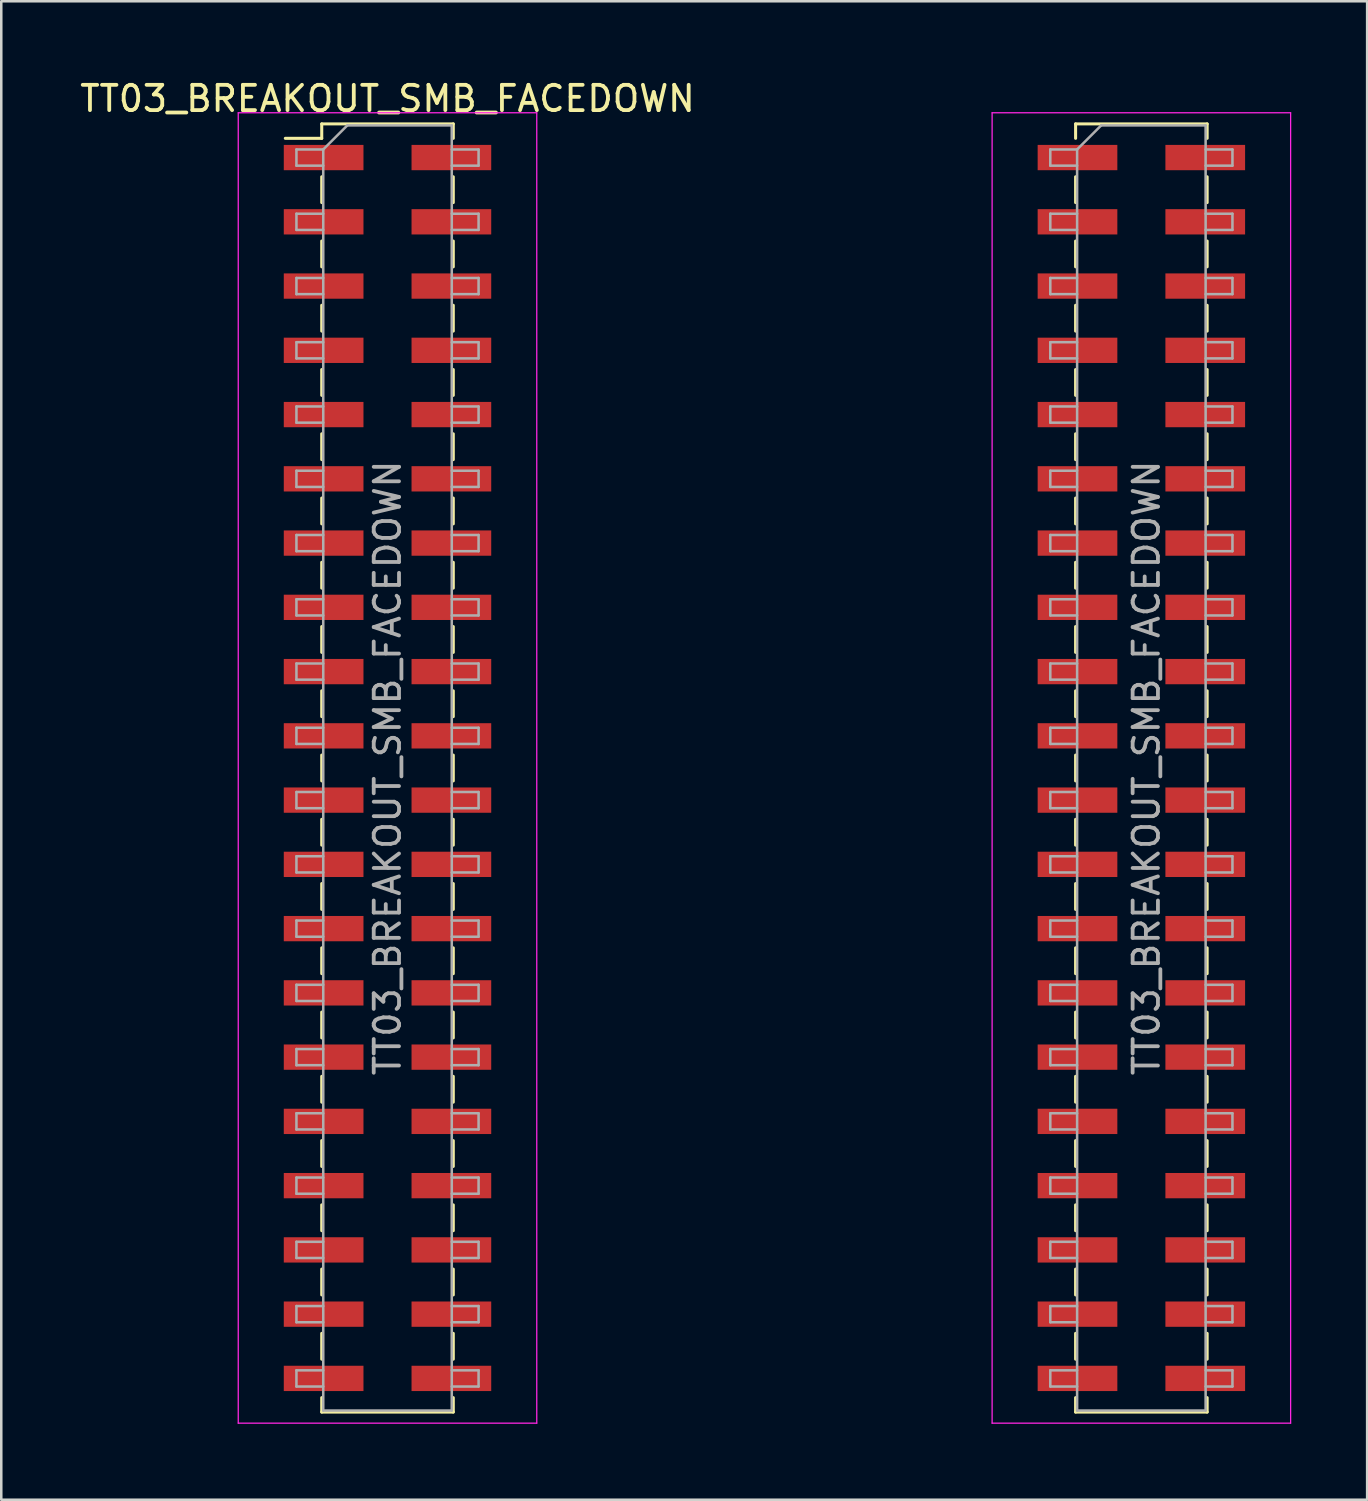
<source format=kicad_pcb>
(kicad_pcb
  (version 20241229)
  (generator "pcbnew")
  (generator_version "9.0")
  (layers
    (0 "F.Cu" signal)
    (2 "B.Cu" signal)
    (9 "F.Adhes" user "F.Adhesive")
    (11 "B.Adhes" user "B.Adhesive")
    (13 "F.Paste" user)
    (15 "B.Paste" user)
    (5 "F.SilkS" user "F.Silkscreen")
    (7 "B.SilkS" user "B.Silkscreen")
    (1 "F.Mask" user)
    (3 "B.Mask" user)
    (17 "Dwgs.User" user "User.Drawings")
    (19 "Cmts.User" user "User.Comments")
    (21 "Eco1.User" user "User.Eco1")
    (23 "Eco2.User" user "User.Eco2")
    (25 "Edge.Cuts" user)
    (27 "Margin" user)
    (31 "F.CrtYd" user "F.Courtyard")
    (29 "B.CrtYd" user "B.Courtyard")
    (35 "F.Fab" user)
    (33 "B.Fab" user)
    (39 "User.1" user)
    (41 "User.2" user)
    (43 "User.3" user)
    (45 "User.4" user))
  (footprint "TT03_BREAKOUT_SMB_FACEDOWN"
    (layer "F.Cu")
    (at 27.168 27.308)
    (property "Reference" "TT03_BREAKOUT_SMB_FACEDOWN" (at -14.9 -26.46 0) (layer "F.SilkS") (effects (font (size 1 1) (thickness 0.15))))
    (attr smd)
    (fp_line (start -18.94 -24.89) (end -17.5 -24.89) (stroke (width 0.12) (type solid)) (layer "F.SilkS"))
    (fp_line (start -17.5 -25.46) (end -17.5 -24.89) (stroke (width 0.12) (type solid)) (layer "F.SilkS"))
    (fp_line (start -17.5 -25.46) (end -12.3 -25.46) (stroke (width 0.12) (type solid)) (layer "F.SilkS"))
    (fp_line (start -17.5 -23.37) (end -17.5 -22.35) (stroke (width 0.12) (type solid)) (layer "F.SilkS"))
    (fp_line (start -17.5 -20.83) (end -17.5 -19.81) (stroke (width 0.12) (type solid)) (layer "F.SilkS"))
    (fp_line (start -17.5 -18.29) (end -17.5 -17.27) (stroke (width 0.12) (type solid)) (layer "F.SilkS"))
    (fp_line (start -17.5 -15.75) (end -17.5 -14.73) (stroke (width 0.12) (type solid)) (layer "F.SilkS"))
    (fp_line (start -17.5 -13.21) (end -17.5 -12.19) (stroke (width 0.12) (type solid)) (layer "F.SilkS"))
    (fp_line (start -17.5 -10.67) (end -17.5 -9.65) (stroke (width 0.12) (type solid)) (layer "F.SilkS"))
    (fp_line (start -17.5 -8.13) (end -17.5 -7.11) (stroke (width 0.12) (type solid)) (layer "F.SilkS"))
    (fp_line (start -17.5 -5.59) (end -17.5 -4.57) (stroke (width 0.12) (type solid)) (layer "F.SilkS"))
    (fp_line (start -17.5 -3.05) (end -17.5 -2.03) (stroke (width 0.12) (type solid)) (layer "F.SilkS"))
    (fp_line (start -17.5 -0.51) (end -17.5 0.51) (stroke (width 0.12) (type solid)) (layer "F.SilkS"))
    (fp_line (start -17.5 2.03) (end -17.5 3.05) (stroke (width 0.12) (type solid)) (layer "F.SilkS"))
    (fp_line (start -17.5 4.57) (end -17.5 5.59) (stroke (width 0.12) (type solid)) (layer "F.SilkS"))
    (fp_line (start -17.5 7.11) (end -17.5 8.13) (stroke (width 0.12) (type solid)) (layer "F.SilkS"))
    (fp_line (start -17.5 9.65) (end -17.5 10.67) (stroke (width 0.12) (type solid)) (layer "F.SilkS"))
    (fp_line (start -17.5 12.19) (end -17.5 13.21) (stroke (width 0.12) (type solid)) (layer "F.SilkS"))
    (fp_line (start -17.5 14.73) (end -17.5 15.75) (stroke (width 0.12) (type solid)) (layer "F.SilkS"))
    (fp_line (start -17.5 17.27) (end -17.5 18.29) (stroke (width 0.12) (type solid)) (layer "F.SilkS"))
    (fp_line (start -17.5 19.81) (end -17.5 20.83) (stroke (width 0.12) (type solid)) (layer "F.SilkS"))
    (fp_line (start -17.5 22.35) (end -17.5 23.37) (stroke (width 0.12) (type solid)) (layer "F.SilkS"))
    (fp_line (start -17.5 24.89) (end -17.5 25.46) (stroke (width 0.12) (type solid)) (layer "F.SilkS"))
    (fp_line (start -17.5 25.46) (end -12.3 25.46) (stroke (width 0.12) (type solid)) (layer "F.SilkS"))
    (fp_line (start -12.3 -25.46) (end -12.3 -24.89) (stroke (width 0.12) (type solid)) (layer "F.SilkS"))
    (fp_line (start -12.3 -23.37) (end -12.3 -22.35) (stroke (width 0.12) (type solid)) (layer "F.SilkS"))
    (fp_line (start -12.3 -20.83) (end -12.3 -19.81) (stroke (width 0.12) (type solid)) (layer "F.SilkS"))
    (fp_line (start -12.3 -18.29) (end -12.3 -17.27) (stroke (width 0.12) (type solid)) (layer "F.SilkS"))
    (fp_line (start -12.3 -15.75) (end -12.3 -14.73) (stroke (width 0.12) (type solid)) (layer "F.SilkS"))
    (fp_line (start -12.3 -13.21) (end -12.3 -12.19) (stroke (width 0.12) (type solid)) (layer "F.SilkS"))
    (fp_line (start -12.3 -10.67) (end -12.3 -9.65) (stroke (width 0.12) (type solid)) (layer "F.SilkS"))
    (fp_line (start -12.3 -8.13) (end -12.3 -7.11) (stroke (width 0.12) (type solid)) (layer "F.SilkS"))
    (fp_line (start -12.3 -5.59) (end -12.3 -4.57) (stroke (width 0.12) (type solid)) (layer "F.SilkS"))
    (fp_line (start -12.3 -3.05) (end -12.3 -2.03) (stroke (width 0.12) (type solid)) (layer "F.SilkS"))
    (fp_line (start -12.3 -0.51) (end -12.3 0.51) (stroke (width 0.12) (type solid)) (layer "F.SilkS"))
    (fp_line (start -12.3 2.03) (end -12.3 3.05) (stroke (width 0.12) (type solid)) (layer "F.SilkS"))
    (fp_line (start -12.3 4.57) (end -12.3 5.59) (stroke (width 0.12) (type solid)) (layer "F.SilkS"))
    (fp_line (start -12.3 7.11) (end -12.3 8.13) (stroke (width 0.12) (type solid)) (layer "F.SilkS"))
    (fp_line (start -12.3 9.65) (end -12.3 10.67) (stroke (width 0.12) (type solid)) (layer "F.SilkS"))
    (fp_line (start -12.3 12.19) (end -12.3 13.21) (stroke (width 0.12) (type solid)) (layer "F.SilkS"))
    (fp_line (start -12.3 14.73) (end -12.3 15.75) (stroke (width 0.12) (type solid)) (layer "F.SilkS"))
    (fp_line (start -12.3 17.27) (end -12.3 18.29) (stroke (width 0.12) (type solid)) (layer "F.SilkS"))
    (fp_line (start -12.3 19.81) (end -12.3 20.83) (stroke (width 0.12) (type solid)) (layer "F.SilkS"))
    (fp_line (start -12.3 22.35) (end -12.3 23.37) (stroke (width 0.12) (type solid)) (layer "F.SilkS"))
    (fp_line (start -12.3 24.89) (end -12.3 25.46) (stroke (width 0.12) (type solid)) (layer "F.SilkS"))
    (fp_line (start 12.3 -25.46) (end 12.3 -24.89) (stroke (width 0.12) (type solid)) (layer "F.SilkS"))
    (fp_line (start 12.3 -25.46) (end 17.5 -25.46) (stroke (width 0.12) (type solid)) (layer "F.SilkS"))
    (fp_line (start 12.3 -23.37) (end 12.3 -22.35) (stroke (width 0.12) (type solid)) (layer "F.SilkS"))
    (fp_line (start 12.3 -20.83) (end 12.3 -19.81) (stroke (width 0.12) (type solid)) (layer "F.SilkS"))
    (fp_line (start 12.3 -18.29) (end 12.3 -17.27) (stroke (width 0.12) (type solid)) (layer "F.SilkS"))
    (fp_line (start 12.3 -15.75) (end 12.3 -14.73) (stroke (width 0.12) (type solid)) (layer "F.SilkS"))
    (fp_line (start 12.3 -13.21) (end 12.3 -12.19) (stroke (width 0.12) (type solid)) (layer "F.SilkS"))
    (fp_line (start 12.3 -10.67) (end 12.3 -9.65) (stroke (width 0.12) (type solid)) (layer "F.SilkS"))
    (fp_line (start 12.3 -8.13) (end 12.3 -7.11) (stroke (width 0.12) (type solid)) (layer "F.SilkS"))
    (fp_line (start 12.3 -5.59) (end 12.3 -4.57) (stroke (width 0.12) (type solid)) (layer "F.SilkS"))
    (fp_line (start 12.3 -3.05) (end 12.3 -2.03) (stroke (width 0.12) (type solid)) (layer "F.SilkS"))
    (fp_line (start 12.3 -0.51) (end 12.3 0.51) (stroke (width 0.12) (type solid)) (layer "F.SilkS"))
    (fp_line (start 12.3 2.03) (end 12.3 3.05) (stroke (width 0.12) (type solid)) (layer "F.SilkS"))
    (fp_line (start 12.3 4.57) (end 12.3 5.59) (stroke (width 0.12) (type solid)) (layer "F.SilkS"))
    (fp_line (start 12.3 7.11) (end 12.3 8.13) (stroke (width 0.12) (type solid)) (layer "F.SilkS"))
    (fp_line (start 12.3 9.65) (end 12.3 10.67) (stroke (width 0.12) (type solid)) (layer "F.SilkS"))
    (fp_line (start 12.3 12.19) (end 12.3 13.21) (stroke (width 0.12) (type solid)) (layer "F.SilkS"))
    (fp_line (start 12.3 14.73) (end 12.3 15.75) (stroke (width 0.12) (type solid)) (layer "F.SilkS"))
    (fp_line (start 12.3 17.27) (end 12.3 18.29) (stroke (width 0.12) (type solid)) (layer "F.SilkS"))
    (fp_line (start 12.3 19.81) (end 12.3 20.83) (stroke (width 0.12) (type solid)) (layer "F.SilkS"))
    (fp_line (start 12.3 22.35) (end 12.3 23.37) (stroke (width 0.12) (type solid)) (layer "F.SilkS"))
    (fp_line (start 12.3 24.89) (end 12.3 25.46) (stroke (width 0.12) (type solid)) (layer "F.SilkS"))
    (fp_line (start 12.3 25.46) (end 17.5 25.46) (stroke (width 0.12) (type solid)) (layer "F.SilkS"))
    (fp_line (start 17.5 -25.46) (end 17.5 -24.89) (stroke (width 0.12) (type solid)) (layer "F.SilkS"))
    (fp_line (start 17.5 -23.37) (end 17.5 -22.35) (stroke (width 0.12) (type solid)) (layer "F.SilkS"))
    (fp_line (start 17.5 -20.83) (end 17.5 -19.81) (stroke (width 0.12) (type solid)) (layer "F.SilkS"))
    (fp_line (start 17.5 -18.29) (end 17.5 -17.27) (stroke (width 0.12) (type solid)) (layer "F.SilkS"))
    (fp_line (start 17.5 -15.75) (end 17.5 -14.73) (stroke (width 0.12) (type solid)) (layer "F.SilkS"))
    (fp_line (start 17.5 -13.21) (end 17.5 -12.19) (stroke (width 0.12) (type solid)) (layer "F.SilkS"))
    (fp_line (start 17.5 -10.67) (end 17.5 -9.65) (stroke (width 0.12) (type solid)) (layer "F.SilkS"))
    (fp_line (start 17.5 -8.13) (end 17.5 -7.11) (stroke (width 0.12) (type solid)) (layer "F.SilkS"))
    (fp_line (start 17.5 -5.59) (end 17.5 -4.57) (stroke (width 0.12) (type solid)) (layer "F.SilkS"))
    (fp_line (start 17.5 -3.05) (end 17.5 -2.03) (stroke (width 0.12) (type solid)) (layer "F.SilkS"))
    (fp_line (start 17.5 -0.51) (end 17.5 0.51) (stroke (width 0.12) (type solid)) (layer "F.SilkS"))
    (fp_line (start 17.5 2.03) (end 17.5 3.05) (stroke (width 0.12) (type solid)) (layer "F.SilkS"))
    (fp_line (start 17.5 4.57) (end 17.5 5.59) (stroke (width 0.12) (type solid)) (layer "F.SilkS"))
    (fp_line (start 17.5 7.11) (end 17.5 8.13) (stroke (width 0.12) (type solid)) (layer "F.SilkS"))
    (fp_line (start 17.5 9.65) (end 17.5 10.67) (stroke (width 0.12) (type solid)) (layer "F.SilkS"))
    (fp_line (start 17.5 12.19) (end 17.5 13.21) (stroke (width 0.12) (type solid)) (layer "F.SilkS"))
    (fp_line (start 17.5 14.73) (end 17.5 15.75) (stroke (width 0.12) (type solid)) (layer "F.SilkS"))
    (fp_line (start 17.5 17.27) (end 17.5 18.29) (stroke (width 0.12) (type solid)) (layer "F.SilkS"))
    (fp_line (start 17.5 19.81) (end 17.5 20.83) (stroke (width 0.12) (type solid)) (layer "F.SilkS"))
    (fp_line (start 17.5 22.35) (end 17.5 23.37) (stroke (width 0.12) (type solid)) (layer "F.SilkS"))
    (fp_line (start 17.5 24.89) (end 17.5 25.46) (stroke (width 0.12) (type solid)) (layer "F.SilkS"))
    (fp_line (start -20.8 -25.9) (end -20.8 25.9) (stroke (width 0.05) (type solid)) (layer "F.CrtYd"))
    (fp_line (start -20.8 25.9) (end -9 25.9) (stroke (width 0.05) (type solid)) (layer "F.CrtYd"))
    (fp_line (start -9 -25.9) (end -20.8 -25.9) (stroke (width 0.05) (type solid)) (layer "F.CrtYd"))
    (fp_line (start -9 25.9) (end -9 -25.9) (stroke (width 0.05) (type solid)) (layer "F.CrtYd"))
    (fp_line (start 9 -25.9) (end 9 25.9) (stroke (width 0.05) (type solid)) (layer "F.CrtYd"))
    (fp_line (start 9 25.9) (end 20.8 25.9) (stroke (width 0.05) (type solid)) (layer "F.CrtYd"))
    (fp_line (start 20.8 -25.9) (end 9 -25.9) (stroke (width 0.05) (type solid)) (layer "F.CrtYd"))
    (fp_line (start 20.8 25.9) (end 20.8 -25.9) (stroke (width 0.05) (type solid)) (layer "F.CrtYd"))
    (fp_line (start -18.5 -24.45) (end -18.5 -23.81) (stroke (width 0.1) (type solid)) (layer "F.Fab"))
    (fp_line (start -18.5 -23.81) (end -17.44 -23.81) (stroke (width 0.1) (type solid)) (layer "F.Fab"))
    (fp_line (start -18.5 -21.91) (end -18.5 -21.27) (stroke (width 0.1) (type solid)) (layer "F.Fab"))
    (fp_line (start -18.5 -21.27) (end -17.44 -21.27) (stroke (width 0.1) (type solid)) (layer "F.Fab"))
    (fp_line (start -18.5 -19.37) (end -18.5 -18.73) (stroke (width 0.1) (type solid)) (layer "F.Fab"))
    (fp_line (start -18.5 -18.73) (end -17.44 -18.73) (stroke (width 0.1) (type solid)) (layer "F.Fab"))
    (fp_line (start -18.5 -16.83) (end -18.5 -16.19) (stroke (width 0.1) (type solid)) (layer "F.Fab"))
    (fp_line (start -18.5 -16.19) (end -17.44 -16.19) (stroke (width 0.1) (type solid)) (layer "F.Fab"))
    (fp_line (start -18.5 -14.29) (end -18.5 -13.65) (stroke (width 0.1) (type solid)) (layer "F.Fab"))
    (fp_line (start -18.5 -13.65) (end -17.44 -13.65) (stroke (width 0.1) (type solid)) (layer "F.Fab"))
    (fp_line (start -18.5 -11.75) (end -18.5 -11.11) (stroke (width 0.1) (type solid)) (layer "F.Fab"))
    (fp_line (start -18.5 -11.11) (end -17.44 -11.11) (stroke (width 0.1) (type solid)) (layer "F.Fab"))
    (fp_line (start -18.5 -9.21) (end -18.5 -8.57) (stroke (width 0.1) (type solid)) (layer "F.Fab"))
    (fp_line (start -18.5 -8.57) (end -17.44 -8.57) (stroke (width 0.1) (type solid)) (layer "F.Fab"))
    (fp_line (start -18.5 -6.67) (end -18.5 -6.03) (stroke (width 0.1) (type solid)) (layer "F.Fab"))
    (fp_line (start -18.5 -6.03) (end -17.44 -6.03) (stroke (width 0.1) (type solid)) (layer "F.Fab"))
    (fp_line (start -18.5 -4.13) (end -18.5 -3.49) (stroke (width 0.1) (type solid)) (layer "F.Fab"))
    (fp_line (start -18.5 -3.49) (end -17.44 -3.49) (stroke (width 0.1) (type solid)) (layer "F.Fab"))
    (fp_line (start -18.5 -1.59) (end -18.5 -0.95) (stroke (width 0.1) (type solid)) (layer "F.Fab"))
    (fp_line (start -18.5 -0.95) (end -17.44 -0.95) (stroke (width 0.1) (type solid)) (layer "F.Fab"))
    (fp_line (start -18.5 0.95) (end -18.5 1.59) (stroke (width 0.1) (type solid)) (layer "F.Fab"))
    (fp_line (start -18.5 1.59) (end -17.44 1.59) (stroke (width 0.1) (type solid)) (layer "F.Fab"))
    (fp_line (start -18.5 3.49) (end -18.5 4.13) (stroke (width 0.1) (type solid)) (layer "F.Fab"))
    (fp_line (start -18.5 4.13) (end -17.44 4.13) (stroke (width 0.1) (type solid)) (layer "F.Fab"))
    (fp_line (start -18.5 6.03) (end -18.5 6.67) (stroke (width 0.1) (type solid)) (layer "F.Fab"))
    (fp_line (start -18.5 6.67) (end -17.44 6.67) (stroke (width 0.1) (type solid)) (layer "F.Fab"))
    (fp_line (start -18.5 8.57) (end -18.5 9.21) (stroke (width 0.1) (type solid)) (layer "F.Fab"))
    (fp_line (start -18.5 9.21) (end -17.44 9.21) (stroke (width 0.1) (type solid)) (layer "F.Fab"))
    (fp_line (start -18.5 11.11) (end -18.5 11.75) (stroke (width 0.1) (type solid)) (layer "F.Fab"))
    (fp_line (start -18.5 11.75) (end -17.44 11.75) (stroke (width 0.1) (type solid)) (layer "F.Fab"))
    (fp_line (start -18.5 13.65) (end -18.5 14.29) (stroke (width 0.1) (type solid)) (layer "F.Fab"))
    (fp_line (start -18.5 14.29) (end -17.44 14.29) (stroke (width 0.1) (type solid)) (layer "F.Fab"))
    (fp_line (start -18.5 16.19) (end -18.5 16.83) (stroke (width 0.1) (type solid)) (layer "F.Fab"))
    (fp_line (start -18.5 16.83) (end -17.44 16.83) (stroke (width 0.1) (type solid)) (layer "F.Fab"))
    (fp_line (start -18.5 18.73) (end -18.5 19.37) (stroke (width 0.1) (type solid)) (layer "F.Fab"))
    (fp_line (start -18.5 19.37) (end -17.44 19.37) (stroke (width 0.1) (type solid)) (layer "F.Fab"))
    (fp_line (start -18.5 21.27) (end -18.5 21.91) (stroke (width 0.1) (type solid)) (layer "F.Fab"))
    (fp_line (start -18.5 21.91) (end -17.44 21.91) (stroke (width 0.1) (type solid)) (layer "F.Fab"))
    (fp_line (start -18.5 23.81) (end -18.5 24.45) (stroke (width 0.1) (type solid)) (layer "F.Fab"))
    (fp_line (start -18.5 24.45) (end -17.44 24.45) (stroke (width 0.1) (type solid)) (layer "F.Fab"))
    (fp_line (start -17.44 -24.45) (end -18.5 -24.45) (stroke (width 0.1) (type solid)) (layer "F.Fab"))
    (fp_line (start -17.44 -24.45) (end -16.49 -25.4) (stroke (width 0.1) (type solid)) (layer "F.Fab"))
    (fp_line (start -17.44 -21.91) (end -18.5 -21.91) (stroke (width 0.1) (type solid)) (layer "F.Fab"))
    (fp_line (start -17.44 -19.37) (end -18.5 -19.37) (stroke (width 0.1) (type solid)) (layer "F.Fab"))
    (fp_line (start -17.44 -16.83) (end -18.5 -16.83) (stroke (width 0.1) (type solid)) (layer "F.Fab"))
    (fp_line (start -17.44 -14.29) (end -18.5 -14.29) (stroke (width 0.1) (type solid)) (layer "F.Fab"))
    (fp_line (start -17.44 -11.75) (end -18.5 -11.75) (stroke (width 0.1) (type solid)) (layer "F.Fab"))
    (fp_line (start -17.44 -9.21) (end -18.5 -9.21) (stroke (width 0.1) (type solid)) (layer "F.Fab"))
    (fp_line (start -17.44 -6.67) (end -18.5 -6.67) (stroke (width 0.1) (type solid)) (layer "F.Fab"))
    (fp_line (start -17.44 -4.13) (end -18.5 -4.13) (stroke (width 0.1) (type solid)) (layer "F.Fab"))
    (fp_line (start -17.44 -1.59) (end -18.5 -1.59) (stroke (width 0.1) (type solid)) (layer "F.Fab"))
    (fp_line (start -17.44 0.95) (end -18.5 0.95) (stroke (width 0.1) (type solid)) (layer "F.Fab"))
    (fp_line (start -17.44 3.49) (end -18.5 3.49) (stroke (width 0.1) (type solid)) (layer "F.Fab"))
    (fp_line (start -17.44 6.03) (end -18.5 6.03) (stroke (width 0.1) (type solid)) (layer "F.Fab"))
    (fp_line (start -17.44 8.57) (end -18.5 8.57) (stroke (width 0.1) (type solid)) (layer "F.Fab"))
    (fp_line (start -17.44 11.11) (end -18.5 11.11) (stroke (width 0.1) (type solid)) (layer "F.Fab"))
    (fp_line (start -17.44 13.65) (end -18.5 13.65) (stroke (width 0.1) (type solid)) (layer "F.Fab"))
    (fp_line (start -17.44 16.19) (end -18.5 16.19) (stroke (width 0.1) (type solid)) (layer "F.Fab"))
    (fp_line (start -17.44 18.73) (end -18.5 18.73) (stroke (width 0.1) (type solid)) (layer "F.Fab"))
    (fp_line (start -17.44 21.27) (end -18.5 21.27) (stroke (width 0.1) (type solid)) (layer "F.Fab"))
    (fp_line (start -17.44 23.81) (end -18.5 23.81) (stroke (width 0.1) (type solid)) (layer "F.Fab"))
    (fp_line (start -17.44 25.4) (end -17.44 -24.45) (stroke (width 0.1) (type solid)) (layer "F.Fab"))
    (fp_line (start -16.49 -25.4) (end -12.36 -25.4) (stroke (width 0.1) (type solid)) (layer "F.Fab"))
    (fp_line (start -12.36 -25.4) (end -12.36 25.4) (stroke (width 0.1) (type solid)) (layer "F.Fab"))
    (fp_line (start -12.36 -24.45) (end -11.3 -24.45) (stroke (width 0.1) (type solid)) (layer "F.Fab"))
    (fp_line (start -12.36 -21.91) (end -11.3 -21.91) (stroke (width 0.1) (type solid)) (layer "F.Fab"))
    (fp_line (start -12.36 -19.37) (end -11.3 -19.37) (stroke (width 0.1) (type solid)) (layer "F.Fab"))
    (fp_line (start -12.36 -16.83) (end -11.3 -16.83) (stroke (width 0.1) (type solid)) (layer "F.Fab"))
    (fp_line (start -12.36 -14.29) (end -11.3 -14.29) (stroke (width 0.1) (type solid)) (layer "F.Fab"))
    (fp_line (start -12.36 -11.75) (end -11.3 -11.75) (stroke (width 0.1) (type solid)) (layer "F.Fab"))
    (fp_line (start -12.36 -9.21) (end -11.3 -9.21) (stroke (width 0.1) (type solid)) (layer "F.Fab"))
    (fp_line (start -12.36 -6.67) (end -11.3 -6.67) (stroke (width 0.1) (type solid)) (layer "F.Fab"))
    (fp_line (start -12.36 -4.13) (end -11.3 -4.13) (stroke (width 0.1) (type solid)) (layer "F.Fab"))
    (fp_line (start -12.36 -1.59) (end -11.3 -1.59) (stroke (width 0.1) (type solid)) (layer "F.Fab"))
    (fp_line (start -12.36 0.95) (end -11.3 0.95) (stroke (width 0.1) (type solid)) (layer "F.Fab"))
    (fp_line (start -12.36 3.49) (end -11.3 3.49) (stroke (width 0.1) (type solid)) (layer "F.Fab"))
    (fp_line (start -12.36 6.03) (end -11.3 6.03) (stroke (width 0.1) (type solid)) (layer "F.Fab"))
    (fp_line (start -12.36 8.57) (end -11.3 8.57) (stroke (width 0.1) (type solid)) (layer "F.Fab"))
    (fp_line (start -12.36 11.11) (end -11.3 11.11) (stroke (width 0.1) (type solid)) (layer "F.Fab"))
    (fp_line (start -12.36 13.65) (end -11.3 13.65) (stroke (width 0.1) (type solid)) (layer "F.Fab"))
    (fp_line (start -12.36 16.19) (end -11.3 16.19) (stroke (width 0.1) (type solid)) (layer "F.Fab"))
    (fp_line (start -12.36 18.73) (end -11.3 18.73) (stroke (width 0.1) (type solid)) (layer "F.Fab"))
    (fp_line (start -12.36 21.27) (end -11.3 21.27) (stroke (width 0.1) (type solid)) (layer "F.Fab"))
    (fp_line (start -12.36 23.81) (end -11.3 23.81) (stroke (width 0.1) (type solid)) (layer "F.Fab"))
    (fp_line (start -12.36 25.4) (end -17.44 25.4) (stroke (width 0.1) (type solid)) (layer "F.Fab"))
    (fp_line (start -11.3 -24.45) (end -11.3 -23.81) (stroke (width 0.1) (type solid)) (layer "F.Fab"))
    (fp_line (start -11.3 -23.81) (end -12.36 -23.81) (stroke (width 0.1) (type solid)) (layer "F.Fab"))
    (fp_line (start -11.3 -21.91) (end -11.3 -21.27) (stroke (width 0.1) (type solid)) (layer "F.Fab"))
    (fp_line (start -11.3 -21.27) (end -12.36 -21.27) (stroke (width 0.1) (type solid)) (layer "F.Fab"))
    (fp_line (start -11.3 -19.37) (end -11.3 -18.73) (stroke (width 0.1) (type solid)) (layer "F.Fab"))
    (fp_line (start -11.3 -18.73) (end -12.36 -18.73) (stroke (width 0.1) (type solid)) (layer "F.Fab"))
    (fp_line (start -11.3 -16.83) (end -11.3 -16.19) (stroke (width 0.1) (type solid)) (layer "F.Fab"))
    (fp_line (start -11.3 -16.19) (end -12.36 -16.19) (stroke (width 0.1) (type solid)) (layer "F.Fab"))
    (fp_line (start -11.3 -14.29) (end -11.3 -13.65) (stroke (width 0.1) (type solid)) (layer "F.Fab"))
    (fp_line (start -11.3 -13.65) (end -12.36 -13.65) (stroke (width 0.1) (type solid)) (layer "F.Fab"))
    (fp_line (start -11.3 -11.75) (end -11.3 -11.11) (stroke (width 0.1) (type solid)) (layer "F.Fab"))
    (fp_line (start -11.3 -11.11) (end -12.36 -11.11) (stroke (width 0.1) (type solid)) (layer "F.Fab"))
    (fp_line (start -11.3 -9.21) (end -11.3 -8.57) (stroke (width 0.1) (type solid)) (layer "F.Fab"))
    (fp_line (start -11.3 -8.57) (end -12.36 -8.57) (stroke (width 0.1) (type solid)) (layer "F.Fab"))
    (fp_line (start -11.3 -6.67) (end -11.3 -6.03) (stroke (width 0.1) (type solid)) (layer "F.Fab"))
    (fp_line (start -11.3 -6.03) (end -12.36 -6.03) (stroke (width 0.1) (type solid)) (layer "F.Fab"))
    (fp_line (start -11.3 -4.13) (end -11.3 -3.49) (stroke (width 0.1) (type solid)) (layer "F.Fab"))
    (fp_line (start -11.3 -3.49) (end -12.36 -3.49) (stroke (width 0.1) (type solid)) (layer "F.Fab"))
    (fp_line (start -11.3 -1.59) (end -11.3 -0.95) (stroke (width 0.1) (type solid)) (layer "F.Fab"))
    (fp_line (start -11.3 -0.95) (end -12.36 -0.95) (stroke (width 0.1) (type solid)) (layer "F.Fab"))
    (fp_line (start -11.3 0.95) (end -11.3 1.59) (stroke (width 0.1) (type solid)) (layer "F.Fab"))
    (fp_line (start -11.3 1.59) (end -12.36 1.59) (stroke (width 0.1) (type solid)) (layer "F.Fab"))
    (fp_line (start -11.3 3.49) (end -11.3 4.13) (stroke (width 0.1) (type solid)) (layer "F.Fab"))
    (fp_line (start -11.3 4.13) (end -12.36 4.13) (stroke (width 0.1) (type solid)) (layer "F.Fab"))
    (fp_line (start -11.3 6.03) (end -11.3 6.67) (stroke (width 0.1) (type solid)) (layer "F.Fab"))
    (fp_line (start -11.3 6.67) (end -12.36 6.67) (stroke (width 0.1) (type solid)) (layer "F.Fab"))
    (fp_line (start -11.3 8.57) (end -11.3 9.21) (stroke (width 0.1) (type solid)) (layer "F.Fab"))
    (fp_line (start -11.3 9.21) (end -12.36 9.21) (stroke (width 0.1) (type solid)) (layer "F.Fab"))
    (fp_line (start -11.3 11.11) (end -11.3 11.75) (stroke (width 0.1) (type solid)) (layer "F.Fab"))
    (fp_line (start -11.3 11.75) (end -12.36 11.75) (stroke (width 0.1) (type solid)) (layer "F.Fab"))
    (fp_line (start -11.3 13.65) (end -11.3 14.29) (stroke (width 0.1) (type solid)) (layer "F.Fab"))
    (fp_line (start -11.3 14.29) (end -12.36 14.29) (stroke (width 0.1) (type solid)) (layer "F.Fab"))
    (fp_line (start -11.3 16.19) (end -11.3 16.83) (stroke (width 0.1) (type solid)) (layer "F.Fab"))
    (fp_line (start -11.3 16.83) (end -12.36 16.83) (stroke (width 0.1) (type solid)) (layer "F.Fab"))
    (fp_line (start -11.3 18.73) (end -11.3 19.37) (stroke (width 0.1) (type solid)) (layer "F.Fab"))
    (fp_line (start -11.3 19.37) (end -12.36 19.37) (stroke (width 0.1) (type solid)) (layer "F.Fab"))
    (fp_line (start -11.3 21.27) (end -11.3 21.91) (stroke (width 0.1) (type solid)) (layer "F.Fab"))
    (fp_line (start -11.3 21.91) (end -12.36 21.91) (stroke (width 0.1) (type solid)) (layer "F.Fab"))
    (fp_line (start -11.3 23.81) (end -11.3 24.45) (stroke (width 0.1) (type solid)) (layer "F.Fab"))
    (fp_line (start -11.3 24.45) (end -12.36 24.45) (stroke (width 0.1) (type solid)) (layer "F.Fab"))
    (fp_line (start 11.3 -24.45) (end 11.3 -23.81) (stroke (width 0.1) (type solid)) (layer "F.Fab"))
    (fp_line (start 11.3 -23.81) (end 12.36 -23.81) (stroke (width 0.1) (type solid)) (layer "F.Fab"))
    (fp_line (start 11.3 -21.91) (end 11.3 -21.27) (stroke (width 0.1) (type solid)) (layer "F.Fab"))
    (fp_line (start 11.3 -21.27) (end 12.36 -21.27) (stroke (width 0.1) (type solid)) (layer "F.Fab"))
    (fp_line (start 11.3 -19.37) (end 11.3 -18.73) (stroke (width 0.1) (type solid)) (layer "F.Fab"))
    (fp_line (start 11.3 -18.73) (end 12.36 -18.73) (stroke (width 0.1) (type solid)) (layer "F.Fab"))
    (fp_line (start 11.3 -16.83) (end 11.3 -16.19) (stroke (width 0.1) (type solid)) (layer "F.Fab"))
    (fp_line (start 11.3 -16.19) (end 12.36 -16.19) (stroke (width 0.1) (type solid)) (layer "F.Fab"))
    (fp_line (start 11.3 -14.29) (end 11.3 -13.65) (stroke (width 0.1) (type solid)) (layer "F.Fab"))
    (fp_line (start 11.3 -13.65) (end 12.36 -13.65) (stroke (width 0.1) (type solid)) (layer "F.Fab"))
    (fp_line (start 11.3 -11.75) (end 11.3 -11.11) (stroke (width 0.1) (type solid)) (layer "F.Fab"))
    (fp_line (start 11.3 -11.11) (end 12.36 -11.11) (stroke (width 0.1) (type solid)) (layer "F.Fab"))
    (fp_line (start 11.3 -9.21) (end 11.3 -8.57) (stroke (width 0.1) (type solid)) (layer "F.Fab"))
    (fp_line (start 11.3 -8.57) (end 12.36 -8.57) (stroke (width 0.1) (type solid)) (layer "F.Fab"))
    (fp_line (start 11.3 -6.67) (end 11.3 -6.03) (stroke (width 0.1) (type solid)) (layer "F.Fab"))
    (fp_line (start 11.3 -6.03) (end 12.36 -6.03) (stroke (width 0.1) (type solid)) (layer "F.Fab"))
    (fp_line (start 11.3 -4.13) (end 11.3 -3.49) (stroke (width 0.1) (type solid)) (layer "F.Fab"))
    (fp_line (start 11.3 -3.49) (end 12.36 -3.49) (stroke (width 0.1) (type solid)) (layer "F.Fab"))
    (fp_line (start 11.3 -1.59) (end 11.3 -0.95) (stroke (width 0.1) (type solid)) (layer "F.Fab"))
    (fp_line (start 11.3 -0.95) (end 12.36 -0.95) (stroke (width 0.1) (type solid)) (layer "F.Fab"))
    (fp_line (start 11.3 0.95) (end 11.3 1.59) (stroke (width 0.1) (type solid)) (layer "F.Fab"))
    (fp_line (start 11.3 1.59) (end 12.36 1.59) (stroke (width 0.1) (type solid)) (layer "F.Fab"))
    (fp_line (start 11.3 3.49) (end 11.3 4.13) (stroke (width 0.1) (type solid)) (layer "F.Fab"))
    (fp_line (start 11.3 4.13) (end 12.36 4.13) (stroke (width 0.1) (type solid)) (layer "F.Fab"))
    (fp_line (start 11.3 6.03) (end 11.3 6.67) (stroke (width 0.1) (type solid)) (layer "F.Fab"))
    (fp_line (start 11.3 6.67) (end 12.36 6.67) (stroke (width 0.1) (type solid)) (layer "F.Fab"))
    (fp_line (start 11.3 8.57) (end 11.3 9.21) (stroke (width 0.1) (type solid)) (layer "F.Fab"))
    (fp_line (start 11.3 9.21) (end 12.36 9.21) (stroke (width 0.1) (type solid)) (layer "F.Fab"))
    (fp_line (start 11.3 11.11) (end 11.3 11.75) (stroke (width 0.1) (type solid)) (layer "F.Fab"))
    (fp_line (start 11.3 11.75) (end 12.36 11.75) (stroke (width 0.1) (type solid)) (layer "F.Fab"))
    (fp_line (start 11.3 13.65) (end 11.3 14.29) (stroke (width 0.1) (type solid)) (layer "F.Fab"))
    (fp_line (start 11.3 14.29) (end 12.36 14.29) (stroke (width 0.1) (type solid)) (layer "F.Fab"))
    (fp_line (start 11.3 16.19) (end 11.3 16.83) (stroke (width 0.1) (type solid)) (layer "F.Fab"))
    (fp_line (start 11.3 16.83) (end 12.36 16.83) (stroke (width 0.1) (type solid)) (layer "F.Fab"))
    (fp_line (start 11.3 18.73) (end 11.3 19.37) (stroke (width 0.1) (type solid)) (layer "F.Fab"))
    (fp_line (start 11.3 19.37) (end 12.36 19.37) (stroke (width 0.1) (type solid)) (layer "F.Fab"))
    (fp_line (start 11.3 21.27) (end 11.3 21.91) (stroke (width 0.1) (type solid)) (layer "F.Fab"))
    (fp_line (start 11.3 21.91) (end 12.36 21.91) (stroke (width 0.1) (type solid)) (layer "F.Fab"))
    (fp_line (start 11.3 23.81) (end 11.3 24.45) (stroke (width 0.1) (type solid)) (layer "F.Fab"))
    (fp_line (start 11.3 24.45) (end 12.36 24.45) (stroke (width 0.1) (type solid)) (layer "F.Fab"))
    (fp_line (start 12.36 -24.45) (end 11.3 -24.45) (stroke (width 0.1) (type solid)) (layer "F.Fab"))
    (fp_line (start 12.36 -24.45) (end 13.31 -25.4) (stroke (width 0.1) (type solid)) (layer "F.Fab"))
    (fp_line (start 12.36 -21.91) (end 11.3 -21.91) (stroke (width 0.1) (type solid)) (layer "F.Fab"))
    (fp_line (start 12.36 -19.37) (end 11.3 -19.37) (stroke (width 0.1) (type solid)) (layer "F.Fab"))
    (fp_line (start 12.36 -16.83) (end 11.3 -16.83) (stroke (width 0.1) (type solid)) (layer "F.Fab"))
    (fp_line (start 12.36 -14.29) (end 11.3 -14.29) (stroke (width 0.1) (type solid)) (layer "F.Fab"))
    (fp_line (start 12.36 -11.75) (end 11.3 -11.75) (stroke (width 0.1) (type solid)) (layer "F.Fab"))
    (fp_line (start 12.36 -9.21) (end 11.3 -9.21) (stroke (width 0.1) (type solid)) (layer "F.Fab"))
    (fp_line (start 12.36 -6.67) (end 11.3 -6.67) (stroke (width 0.1) (type solid)) (layer "F.Fab"))
    (fp_line (start 12.36 -4.13) (end 11.3 -4.13) (stroke (width 0.1) (type solid)) (layer "F.Fab"))
    (fp_line (start 12.36 -1.59) (end 11.3 -1.59) (stroke (width 0.1) (type solid)) (layer "F.Fab"))
    (fp_line (start 12.36 0.95) (end 11.3 0.95) (stroke (width 0.1) (type solid)) (layer "F.Fab"))
    (fp_line (start 12.36 3.49) (end 11.3 3.49) (stroke (width 0.1) (type solid)) (layer "F.Fab"))
    (fp_line (start 12.36 6.03) (end 11.3 6.03) (stroke (width 0.1) (type solid)) (layer "F.Fab"))
    (fp_line (start 12.36 8.57) (end 11.3 8.57) (stroke (width 0.1) (type solid)) (layer "F.Fab"))
    (fp_line (start 12.36 11.11) (end 11.3 11.11) (stroke (width 0.1) (type solid)) (layer "F.Fab"))
    (fp_line (start 12.36 13.65) (end 11.3 13.65) (stroke (width 0.1) (type solid)) (layer "F.Fab"))
    (fp_line (start 12.36 16.19) (end 11.3 16.19) (stroke (width 0.1) (type solid)) (layer "F.Fab"))
    (fp_line (start 12.36 18.73) (end 11.3 18.73) (stroke (width 0.1) (type solid)) (layer "F.Fab"))
    (fp_line (start 12.36 21.27) (end 11.3 21.27) (stroke (width 0.1) (type solid)) (layer "F.Fab"))
    (fp_line (start 12.36 23.81) (end 11.3 23.81) (stroke (width 0.1) (type solid)) (layer "F.Fab"))
    (fp_line (start 12.36 25.4) (end 12.36 -24.45) (stroke (width 0.1) (type solid)) (layer "F.Fab"))
    (fp_line (start 13.31 -25.4) (end 17.44 -25.4) (stroke (width 0.1) (type solid)) (layer "F.Fab"))
    (fp_line (start 17.44 -25.4) (end 17.44 25.4) (stroke (width 0.1) (type solid)) (layer "F.Fab"))
    (fp_line (start 17.44 -24.45) (end 18.5 -24.45) (stroke (width 0.1) (type solid)) (layer "F.Fab"))
    (fp_line (start 17.44 -21.91) (end 18.5 -21.91) (stroke (width 0.1) (type solid)) (layer "F.Fab"))
    (fp_line (start 17.44 -19.37) (end 18.5 -19.37) (stroke (width 0.1) (type solid)) (layer "F.Fab"))
    (fp_line (start 17.44 -16.83) (end 18.5 -16.83) (stroke (width 0.1) (type solid)) (layer "F.Fab"))
    (fp_line (start 17.44 -14.29) (end 18.5 -14.29) (stroke (width 0.1) (type solid)) (layer "F.Fab"))
    (fp_line (start 17.44 -11.75) (end 18.5 -11.75) (stroke (width 0.1) (type solid)) (layer "F.Fab"))
    (fp_line (start 17.44 -9.21) (end 18.5 -9.21) (stroke (width 0.1) (type solid)) (layer "F.Fab"))
    (fp_line (start 17.44 -6.67) (end 18.5 -6.67) (stroke (width 0.1) (type solid)) (layer "F.Fab"))
    (fp_line (start 17.44 -4.13) (end 18.5 -4.13) (stroke (width 0.1) (type solid)) (layer "F.Fab"))
    (fp_line (start 17.44 -1.59) (end 18.5 -1.59) (stroke (width 0.1) (type solid)) (layer "F.Fab"))
    (fp_line (start 17.44 0.95) (end 18.5 0.95) (stroke (width 0.1) (type solid)) (layer "F.Fab"))
    (fp_line (start 17.44 3.49) (end 18.5 3.49) (stroke (width 0.1) (type solid)) (layer "F.Fab"))
    (fp_line (start 17.44 6.03) (end 18.5 6.03) (stroke (width 0.1) (type solid)) (layer "F.Fab"))
    (fp_line (start 17.44 8.57) (end 18.5 8.57) (stroke (width 0.1) (type solid)) (layer "F.Fab"))
    (fp_line (start 17.44 11.11) (end 18.5 11.11) (stroke (width 0.1) (type solid)) (layer "F.Fab"))
    (fp_line (start 17.44 13.65) (end 18.5 13.65) (stroke (width 0.1) (type solid)) (layer "F.Fab"))
    (fp_line (start 17.44 16.19) (end 18.5 16.19) (stroke (width 0.1) (type solid)) (layer "F.Fab"))
    (fp_line (start 17.44 18.73) (end 18.5 18.73) (stroke (width 0.1) (type solid)) (layer "F.Fab"))
    (fp_line (start 17.44 21.27) (end 18.5 21.27) (stroke (width 0.1) (type solid)) (layer "F.Fab"))
    (fp_line (start 17.44 23.81) (end 18.5 23.81) (stroke (width 0.1) (type solid)) (layer "F.Fab"))
    (fp_line (start 17.44 25.4) (end 12.36 25.4) (stroke (width 0.1) (type solid)) (layer "F.Fab"))
    (fp_line (start 18.5 -24.45) (end 18.5 -23.81) (stroke (width 0.1) (type solid)) (layer "F.Fab"))
    (fp_line (start 18.5 -23.81) (end 17.44 -23.81) (stroke (width 0.1) (type solid)) (layer "F.Fab"))
    (fp_line (start 18.5 -21.91) (end 18.5 -21.27) (stroke (width 0.1) (type solid)) (layer "F.Fab"))
    (fp_line (start 18.5 -21.27) (end 17.44 -21.27) (stroke (width 0.1) (type solid)) (layer "F.Fab"))
    (fp_line (start 18.5 -19.37) (end 18.5 -18.73) (stroke (width 0.1) (type solid)) (layer "F.Fab"))
    (fp_line (start 18.5 -18.73) (end 17.44 -18.73) (stroke (width 0.1) (type solid)) (layer "F.Fab"))
    (fp_line (start 18.5 -16.83) (end 18.5 -16.19) (stroke (width 0.1) (type solid)) (layer "F.Fab"))
    (fp_line (start 18.5 -16.19) (end 17.44 -16.19) (stroke (width 0.1) (type solid)) (layer "F.Fab"))
    (fp_line (start 18.5 -14.29) (end 18.5 -13.65) (stroke (width 0.1) (type solid)) (layer "F.Fab"))
    (fp_line (start 18.5 -13.65) (end 17.44 -13.65) (stroke (width 0.1) (type solid)) (layer "F.Fab"))
    (fp_line (start 18.5 -11.75) (end 18.5 -11.11) (stroke (width 0.1) (type solid)) (layer "F.Fab"))
    (fp_line (start 18.5 -11.11) (end 17.44 -11.11) (stroke (width 0.1) (type solid)) (layer "F.Fab"))
    (fp_line (start 18.5 -9.21) (end 18.5 -8.57) (stroke (width 0.1) (type solid)) (layer "F.Fab"))
    (fp_line (start 18.5 -8.57) (end 17.44 -8.57) (stroke (width 0.1) (type solid)) (layer "F.Fab"))
    (fp_line (start 18.5 -6.67) (end 18.5 -6.03) (stroke (width 0.1) (type solid)) (layer "F.Fab"))
    (fp_line (start 18.5 -6.03) (end 17.44 -6.03) (stroke (width 0.1) (type solid)) (layer "F.Fab"))
    (fp_line (start 18.5 -4.13) (end 18.5 -3.49) (stroke (width 0.1) (type solid)) (layer "F.Fab"))
    (fp_line (start 18.5 -3.49) (end 17.44 -3.49) (stroke (width 0.1) (type solid)) (layer "F.Fab"))
    (fp_line (start 18.5 -1.59) (end 18.5 -0.95) (stroke (width 0.1) (type solid)) (layer "F.Fab"))
    (fp_line (start 18.5 -0.95) (end 17.44 -0.95) (stroke (width 0.1) (type solid)) (layer "F.Fab"))
    (fp_line (start 18.5 0.95) (end 18.5 1.59) (stroke (width 0.1) (type solid)) (layer "F.Fab"))
    (fp_line (start 18.5 1.59) (end 17.44 1.59) (stroke (width 0.1) (type solid)) (layer "F.Fab"))
    (fp_line (start 18.5 3.49) (end 18.5 4.13) (stroke (width 0.1) (type solid)) (layer "F.Fab"))
    (fp_line (start 18.5 4.13) (end 17.44 4.13) (stroke (width 0.1) (type solid)) (layer "F.Fab"))
    (fp_line (start 18.5 6.03) (end 18.5 6.67) (stroke (width 0.1) (type solid)) (layer "F.Fab"))
    (fp_line (start 18.5 6.67) (end 17.44 6.67) (stroke (width 0.1) (type solid)) (layer "F.Fab"))
    (fp_line (start 18.5 8.57) (end 18.5 9.21) (stroke (width 0.1) (type solid)) (layer "F.Fab"))
    (fp_line (start 18.5 9.21) (end 17.44 9.21) (stroke (width 0.1) (type solid)) (layer "F.Fab"))
    (fp_line (start 18.5 11.11) (end 18.5 11.75) (stroke (width 0.1) (type solid)) (layer "F.Fab"))
    (fp_line (start 18.5 11.75) (end 17.44 11.75) (stroke (width 0.1) (type solid)) (layer "F.Fab"))
    (fp_line (start 18.5 13.65) (end 18.5 14.29) (stroke (width 0.1) (type solid)) (layer "F.Fab"))
    (fp_line (start 18.5 14.29) (end 17.44 14.29) (stroke (width 0.1) (type solid)) (layer "F.Fab"))
    (fp_line (start 18.5 16.19) (end 18.5 16.83) (stroke (width 0.1) (type solid)) (layer "F.Fab"))
    (fp_line (start 18.5 16.83) (end 17.44 16.83) (stroke (width 0.1) (type solid)) (layer "F.Fab"))
    (fp_line (start 18.5 18.73) (end 18.5 19.37) (stroke (width 0.1) (type solid)) (layer "F.Fab"))
    (fp_line (start 18.5 19.37) (end 17.44 19.37) (stroke (width 0.1) (type solid)) (layer "F.Fab"))
    (fp_line (start 18.5 21.27) (end 18.5 21.91) (stroke (width 0.1) (type solid)) (layer "F.Fab"))
    (fp_line (start 18.5 21.91) (end 17.44 21.91) (stroke (width 0.1) (type solid)) (layer "F.Fab"))
    (fp_line (start 18.5 23.81) (end 18.5 24.45) (stroke (width 0.1) (type solid)) (layer "F.Fab"))
    (fp_line (start 18.5 24.45) (end 17.44 24.45) (stroke (width 0.1) (type solid)) (layer "F.Fab"))
    (fp_text user "${REFERENCE}" (at 15.1 0 90) (layer "F.Fab") (effects (font (size 1 1) (thickness 0.15))))
    (fp_text user "${REFERENCE}" (at -14.9 0 90) (layer "F.Fab") (effects (font (size 1 1) (thickness 0.15))))
    (pad "A1" smd rect (at 17.425 -24.13) (size 3.15 1) (layers "F.Cu" "F.Mask" "F.Paste"))
    (pad "A2" smd rect (at 12.375 -24.13) (size 3.15 1) (layers "F.Cu" "F.Mask" "F.Paste"))
    (pad "A3" smd rect (at 17.425 -21.59) (size 3.15 1) (layers "F.Cu" "F.Mask" "F.Paste"))
    (pad "A4" smd rect (at 12.375 -21.59) (size 3.15 1) (layers "F.Cu" "F.Mask" "F.Paste"))
    (pad "A5" smd rect (at 17.425 -19.05) (size 3.15 1) (layers "F.Cu" "F.Mask" "F.Paste"))
    (pad "A6" smd rect (at 12.375 -19.05) (size 3.15 1) (layers "F.Cu" "F.Mask" "F.Paste"))
    (pad "A7" smd rect (at 17.425 -16.51) (size 3.15 1) (layers "F.Cu" "F.Mask" "F.Paste"))
    (pad "A8" smd rect (at 12.375 -16.51) (size 3.15 1) (layers "F.Cu" "F.Mask" "F.Paste"))
    (pad "A9" smd rect (at 17.425 -13.97) (size 3.15 1) (layers "F.Cu" "F.Mask" "F.Paste"))
    (pad "A10" smd rect (at 12.375 -13.97) (size 3.15 1) (layers "F.Cu" "F.Mask" "F.Paste"))
    (pad "A11" smd rect (at 17.425 -11.43) (size 3.15 1) (layers "F.Cu" "F.Mask" "F.Paste"))
    (pad "A12" smd rect (at 12.375 -11.43) (size 3.15 1) (layers "F.Cu" "F.Mask" "F.Paste"))
    (pad "A13" smd rect (at 17.425 -8.89) (size 3.15 1) (layers "F.Cu" "F.Mask" "F.Paste"))
    (pad "A14" smd rect (at 12.375 -8.89) (size 3.15 1) (layers "F.Cu" "F.Mask" "F.Paste"))
    (pad "A15" smd rect (at 17.425 -6.35) (size 3.15 1) (layers "F.Cu" "F.Mask" "F.Paste"))
    (pad "A16" smd rect (at 12.375 -6.35) (size 3.15 1) (layers "F.Cu" "F.Mask" "F.Paste"))
    (pad "A17" smd rect (at 17.425 -3.81) (size 3.15 1) (layers "F.Cu" "F.Mask" "F.Paste"))
    (pad "A18" smd rect (at 12.375 -3.81) (size 3.15 1) (layers "F.Cu" "F.Mask" "F.Paste"))
    (pad "A19" smd rect (at 17.425 -1.27) (size 3.15 1) (layers "F.Cu" "F.Mask" "F.Paste"))
    (pad "A20" smd rect (at 12.375 -1.27) (size 3.15 1) (layers "F.Cu" "F.Mask" "F.Paste"))
    (pad "A21" smd rect (at 17.425 1.27) (size 3.15 1) (layers "F.Cu" "F.Mask" "F.Paste"))
    (pad "A22" smd rect (at 12.375 1.27) (size 3.15 1) (layers "F.Cu" "F.Mask" "F.Paste"))
    (pad "A23" smd rect (at 17.425 3.81) (size 3.15 1) (layers "F.Cu" "F.Mask" "F.Paste"))
    (pad "A24" smd rect (at 12.375 3.81) (size 3.15 1) (layers "F.Cu" "F.Mask" "F.Paste"))
    (pad "A25" smd rect (at 17.425 6.35) (size 3.15 1) (layers "F.Cu" "F.Mask" "F.Paste"))
    (pad "A26" smd rect (at 12.375 6.35) (size 3.15 1) (layers "F.Cu" "F.Mask" "F.Paste"))
    (pad "A27" smd rect (at 17.425 8.89) (size 3.15 1) (layers "F.Cu" "F.Mask" "F.Paste"))
    (pad "A28" smd rect (at 12.375 8.89) (size 3.15 1) (layers "F.Cu" "F.Mask" "F.Paste"))
    (pad "A29" smd rect (at 17.425 11.43) (size 3.15 1) (layers "F.Cu" "F.Mask" "F.Paste"))
    (pad "A30" smd rect (at 12.375 11.43) (size 3.15 1) (layers "F.Cu" "F.Mask" "F.Paste"))
    (pad "A31" smd rect (at 17.425 13.97) (size 3.15 1) (layers "F.Cu" "F.Mask" "F.Paste"))
    (pad "A32" smd rect (at 12.375 13.97) (size 3.15 1) (layers "F.Cu" "F.Mask" "F.Paste"))
    (pad "A33" smd rect (at 17.425 16.51) (size 3.15 1) (layers "F.Cu" "F.Mask" "F.Paste"))
    (pad "A34" smd rect (at 12.375 16.51) (size 3.15 1) (layers "F.Cu" "F.Mask" "F.Paste"))
    (pad "A35" smd rect (at 17.425 19.05) (size 3.15 1) (layers "F.Cu" "F.Mask" "F.Paste"))
    (pad "A36" smd rect (at 12.375 19.05) (size 3.15 1) (layers "F.Cu" "F.Mask" "F.Paste"))
    (pad "A37" smd rect (at 17.425 21.59) (size 3.15 1) (layers "F.Cu" "F.Mask" "F.Paste"))
    (pad "A38" smd rect (at 12.375 21.59) (size 3.15 1) (layers "F.Cu" "F.Mask" "F.Paste"))
    (pad "A39" smd rect (at 17.425 24.13) (size 3.15 1) (layers "F.Cu" "F.Mask" "F.Paste"))
    (pad "A40" smd rect (at 12.375 24.13) (size 3.15 1) (layers "F.Cu" "F.Mask" "F.Paste"))
    (pad "B1" smd rect (at -12.375 -24.13) (size 3.15 1) (layers "F.Cu" "F.Mask" "F.Paste"))
    (pad "B2" smd rect (at -17.425 -24.13) (size 3.15 1) (layers "F.Cu" "F.Mask" "F.Paste"))
    (pad "B3" smd rect (at -12.375 -21.59) (size 3.15 1) (layers "F.Cu" "F.Mask" "F.Paste"))
    (pad "B4" smd rect (at -17.425 -21.59) (size 3.15 1) (layers "F.Cu" "F.Mask" "F.Paste"))
    (pad "B5" smd rect (at -12.375 -19.05) (size 3.15 1) (layers "F.Cu" "F.Mask" "F.Paste"))
    (pad "B6" smd rect (at -17.425 -19.05) (size 3.15 1) (layers "F.Cu" "F.Mask" "F.Paste"))
    (pad "B7" smd rect (at -12.375 -16.51) (size 3.15 1) (layers "F.Cu" "F.Mask" "F.Paste"))
    (pad "B8" smd rect (at -17.425 -16.51) (size 3.15 1) (layers "F.Cu" "F.Mask" "F.Paste"))
    (pad "B9" smd rect (at -12.375 -13.97) (size 3.15 1) (layers "F.Cu" "F.Mask" "F.Paste"))
    (pad "B10" smd rect (at -17.425 -13.97) (size 3.15 1) (layers "F.Cu" "F.Mask" "F.Paste"))
    (pad "B11" smd rect (at -12.375 -11.43) (size 3.15 1) (layers "F.Cu" "F.Mask" "F.Paste"))
    (pad "B12" smd rect (at -17.425 -11.43) (size 3.15 1) (layers "F.Cu" "F.Mask" "F.Paste"))
    (pad "B13" smd rect (at -12.375 -8.89) (size 3.15 1) (layers "F.Cu" "F.Mask" "F.Paste"))
    (pad "B14" smd rect (at -17.425 -8.89) (size 3.15 1) (layers "F.Cu" "F.Mask" "F.Paste"))
    (pad "B15" smd rect (at -12.375 -6.35) (size 3.15 1) (layers "F.Cu" "F.Mask" "F.Paste"))
    (pad "B16" smd rect (at -17.425 -6.35) (size 3.15 1) (layers "F.Cu" "F.Mask" "F.Paste"))
    (pad "B17" smd rect (at -12.375 -3.81) (size 3.15 1) (layers "F.Cu" "F.Mask" "F.Paste"))
    (pad "B18" smd rect (at -17.425 -3.81) (size 3.15 1) (layers "F.Cu" "F.Mask" "F.Paste"))
    (pad "B19" smd rect (at -12.375 -1.27) (size 3.15 1) (layers "F.Cu" "F.Mask" "F.Paste"))
    (pad "B20" smd rect (at -17.425 -1.27) (size 3.15 1) (layers "F.Cu" "F.Mask" "F.Paste"))
    (pad "B21" smd rect (at -12.375 1.27) (size 3.15 1) (layers "F.Cu" "F.Mask" "F.Paste"))
    (pad "B22" smd rect (at -17.425 1.27) (size 3.15 1) (layers "F.Cu" "F.Mask" "F.Paste"))
    (pad "B23" smd rect (at -12.375 3.81) (size 3.15 1) (layers "F.Cu" "F.Mask" "F.Paste"))
    (pad "B24" smd rect (at -17.425 3.81) (size 3.15 1) (layers "F.Cu" "F.Mask" "F.Paste"))
    (pad "B25" smd rect (at -12.375 6.35) (size 3.15 1) (layers "F.Cu" "F.Mask" "F.Paste"))
    (pad "B26" smd rect (at -17.425 6.35) (size 3.15 1) (layers "F.Cu" "F.Mask" "F.Paste"))
    (pad "B27" smd rect (at -12.375 8.89) (size 3.15 1) (layers "F.Cu" "F.Mask" "F.Paste"))
    (pad "B28" smd rect (at -17.425 8.89) (size 3.15 1) (layers "F.Cu" "F.Mask" "F.Paste"))
    (pad "B29" smd rect (at -12.375 11.43) (size 3.15 1) (layers "F.Cu" "F.Mask" "F.Paste"))
    (pad "B30" smd rect (at -17.425 11.43) (size 3.15 1) (layers "F.Cu" "F.Mask" "F.Paste"))
    (pad "B31" smd rect (at -12.375 13.97) (size 3.15 1) (layers "F.Cu" "F.Mask" "F.Paste"))
    (pad "B32" smd rect (at -17.425 13.97) (size 3.15 1) (layers "F.Cu" "F.Mask" "F.Paste"))
    (pad "B33" smd rect (at -12.375 16.51) (size 3.15 1) (layers "F.Cu" "F.Mask" "F.Paste"))
    (pad "B34" smd rect (at -17.425 16.51) (size 3.15 1) (layers "F.Cu" "F.Mask" "F.Paste"))
    (pad "B35" smd rect (at -12.375 19.05) (size 3.15 1) (layers "F.Cu" "F.Mask" "F.Paste"))
    (pad "B36" smd rect (at -17.425 19.05) (size 3.15 1) (layers "F.Cu" "F.Mask" "F.Paste"))
    (pad "B37" smd rect (at -12.375 21.59) (size 3.15 1) (layers "F.Cu" "F.Mask" "F.Paste"))
    (pad "B38" smd rect (at -17.425 21.59) (size 3.15 1) (layers "F.Cu" "F.Mask" "F.Paste"))
    (pad "B39" smd rect (at -12.375 24.13) (size 3.15 1) (layers "F.Cu" "F.Mask" "F.Paste"))
    (pad "B40" smd rect (at -17.425 24.13) (size 3.15 1) (layers "F.Cu" "F.Mask" "F.Paste")))
  (gr_rect
    (start -3 -3)
    (end 50.993 56.233)
    (stroke (width 0.1) (type default))
    (fill no)
    (layer "Edge.Cuts")))
</source>
